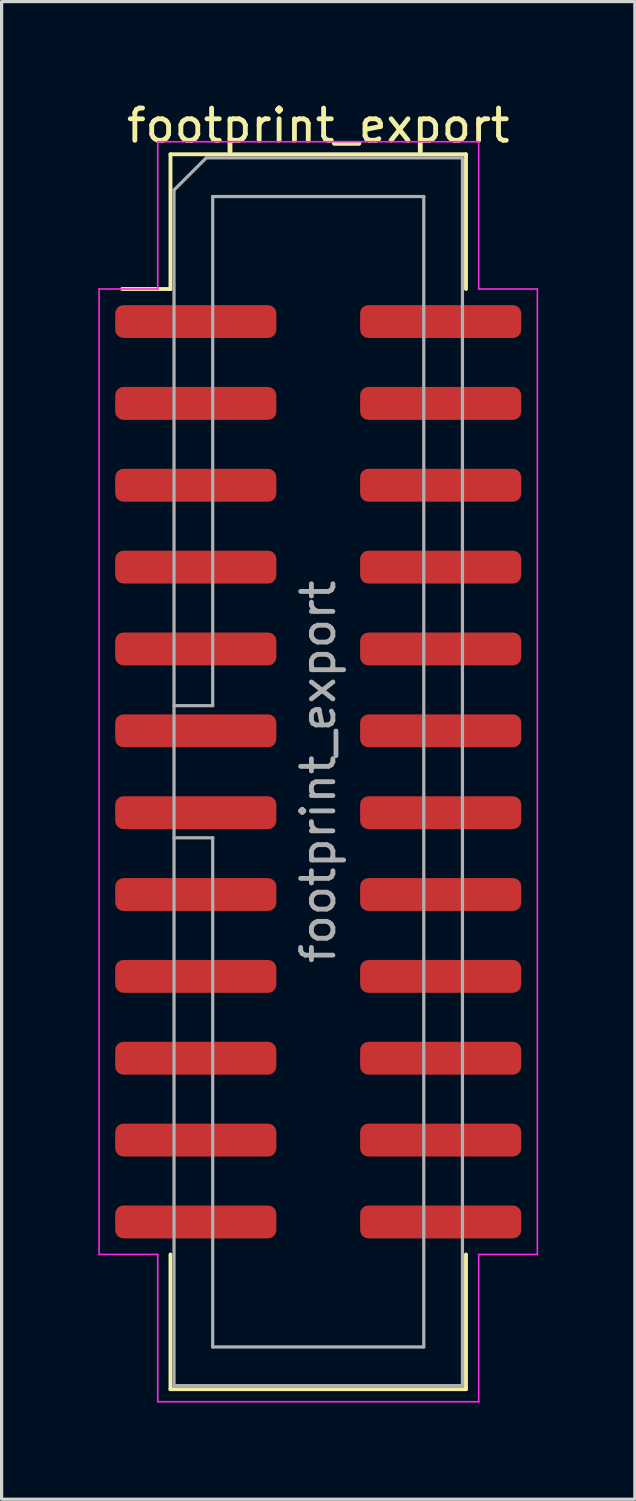
<source format=kicad_pcb>
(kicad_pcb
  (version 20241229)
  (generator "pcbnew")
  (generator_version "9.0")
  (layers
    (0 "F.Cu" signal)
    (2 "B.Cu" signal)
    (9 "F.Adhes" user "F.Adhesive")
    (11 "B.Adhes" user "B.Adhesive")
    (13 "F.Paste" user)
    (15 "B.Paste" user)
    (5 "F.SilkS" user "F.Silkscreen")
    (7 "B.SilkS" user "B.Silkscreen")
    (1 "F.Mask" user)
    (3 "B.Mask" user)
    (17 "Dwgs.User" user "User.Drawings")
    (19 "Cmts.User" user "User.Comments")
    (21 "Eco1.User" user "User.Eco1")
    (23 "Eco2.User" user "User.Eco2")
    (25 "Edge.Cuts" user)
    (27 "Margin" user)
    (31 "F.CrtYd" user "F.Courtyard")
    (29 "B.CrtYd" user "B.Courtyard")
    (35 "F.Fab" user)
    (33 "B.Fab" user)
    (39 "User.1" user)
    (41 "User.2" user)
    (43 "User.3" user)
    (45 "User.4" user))
  (footprint "footprint_export"
    (layer "F.Cu")
    (at 6.825 20.898)
    (property "Reference" "footprint_export" (at 0 -20.05 0) (layer "F.SilkS") (effects (font (size 1 1) (thickness 0.15))))
    (attr smd)
    (fp_line (start -4.585 -19.16) (end 4.585 -19.16) (stroke (width 0.12) (type solid)) (layer "F.SilkS"))
    (fp_line (start -4.585 -14.98) (end -6.085 -14.98) (stroke (width 0.12) (type solid)) (layer "F.SilkS"))
    (fp_line (start -4.585 -14.98) (end -4.585 -19.16) (stroke (width 0.12) (type solid)) (layer "F.SilkS"))
    (fp_line (start -4.585 14.98) (end -4.585 19.16) (stroke (width 0.12) (type solid)) (layer "F.SilkS"))
    (fp_line (start -4.585 19.16) (end 4.585 19.16) (stroke (width 0.12) (type solid)) (layer "F.SilkS"))
    (fp_line (start 4.585 -19.16) (end 4.585 -14.98) (stroke (width 0.12) (type solid)) (layer "F.SilkS"))
    (fp_line (start 4.585 19.16) (end 4.585 14.98) (stroke (width 0.12) (type solid)) (layer "F.SilkS"))
    (fp_line (start -6.8 -14.98) (end -6.8 14.98) (stroke (width 0.05) (type solid)) (layer "F.CrtYd"))
    (fp_line (start -6.8 14.98) (end -4.98 14.98) (stroke (width 0.05) (type solid)) (layer "F.CrtYd"))
    (fp_line (start -4.98 -19.55) (end -4.98 -14.98) (stroke (width 0.05) (type solid)) (layer "F.CrtYd"))
    (fp_line (start -4.98 -14.98) (end -6.8 -14.98) (stroke (width 0.05) (type solid)) (layer "F.CrtYd"))
    (fp_line (start -4.98 14.98) (end -4.98 19.55) (stroke (width 0.05) (type solid)) (layer "F.CrtYd"))
    (fp_line (start -4.98 19.55) (end 4.98 19.55) (stroke (width 0.05) (type solid)) (layer "F.CrtYd"))
    (fp_line (start 4.98 -19.55) (end -4.98 -19.55) (stroke (width 0.05) (type solid)) (layer "F.CrtYd"))
    (fp_line (start 4.98 -14.98) (end 4.98 -19.55) (stroke (width 0.05) (type solid)) (layer "F.CrtYd"))
    (fp_line (start 4.98 14.98) (end 6.8 14.98) (stroke (width 0.05) (type solid)) (layer "F.CrtYd"))
    (fp_line (start 4.98 19.55) (end 4.98 14.98) (stroke (width 0.05) (type solid)) (layer "F.CrtYd"))
    (fp_line (start 6.8 -14.98) (end 4.98 -14.98) (stroke (width 0.05) (type solid)) (layer "F.CrtYd"))
    (fp_line (start 6.8 14.98) (end 6.8 -14.98) (stroke (width 0.05) (type solid)) (layer "F.CrtYd"))
    (fp_line (start -4.475 -18.05) (end -3.475 -19.05) (stroke (width 0.1) (type solid)) (layer "F.Fab"))
    (fp_line (start -4.475 -2.05) (end -3.275 -2.05) (stroke (width 0.1) (type solid)) (layer "F.Fab"))
    (fp_line (start -4.475 19.05) (end -4.475 -18.05) (stroke (width 0.1) (type solid)) (layer "F.Fab"))
    (fp_line (start -3.475 -19.05) (end 4.475 -19.05) (stroke (width 0.1) (type solid)) (layer "F.Fab"))
    (fp_line (start -3.275 -17.85) (end 3.275 -17.85) (stroke (width 0.1) (type solid)) (layer "F.Fab"))
    (fp_line (start -3.275 -2.05) (end -3.275 -17.85) (stroke (width 0.1) (type solid)) (layer "F.Fab"))
    (fp_line (start -3.275 2.05) (end -4.475 2.05) (stroke (width 0.1) (type solid)) (layer "F.Fab"))
    (fp_line (start -3.275 2.05) (end -3.275 2.05) (stroke (width 0.1) (type solid)) (layer "F.Fab"))
    (fp_line (start -3.275 17.85) (end -3.275 2.05) (stroke (width 0.1) (type solid)) (layer "F.Fab"))
    (fp_line (start 3.275 -17.85) (end 3.275 17.85) (stroke (width 0.1) (type solid)) (layer "F.Fab"))
    (fp_line (start 3.275 17.85) (end -3.275 17.85) (stroke (width 0.1) (type solid)) (layer "F.Fab"))
    (fp_line (start 4.475 -19.05) (end 4.475 19.05) (stroke (width 0.1) (type solid)) (layer "F.Fab"))
    (fp_line (start 4.475 19.05) (end -4.475 19.05) (stroke (width 0.1) (type solid)) (layer "F.Fab"))
    (fp_text user "${REFERENCE}" (at 0 0 90) (layer "F.Fab") (effects (font (size 1 1) (thickness 0.15))))
    (pad "1" smd roundrect (at -3.8 -13.97) (size 5 1.02) (layers "F.Cu" "F.Mask" "F.Paste") (roundrect_rratio 0.25))
    (pad "2" smd roundrect (at 3.8 -13.97) (size 5 1.02) (layers "F.Cu" "F.Mask" "F.Paste") (roundrect_rratio 0.25))
    (pad "3" smd roundrect (at -3.8 -11.43) (size 5 1.02) (layers "F.Cu" "F.Mask" "F.Paste") (roundrect_rratio 0.25))
    (pad "4" smd roundrect (at 3.8 -11.43) (size 5 1.02) (layers "F.Cu" "F.Mask" "F.Paste") (roundrect_rratio 0.25))
    (pad "5" smd roundrect (at -3.8 -8.89) (size 5 1.02) (layers "F.Cu" "F.Mask" "F.Paste") (roundrect_rratio 0.25))
    (pad "6" smd roundrect (at 3.8 -8.89) (size 5 1.02) (layers "F.Cu" "F.Mask" "F.Paste") (roundrect_rratio 0.25))
    (pad "7" smd roundrect (at -3.8 -6.35) (size 5 1.02) (layers "F.Cu" "F.Mask" "F.Paste") (roundrect_rratio 0.25))
    (pad "8" smd roundrect (at 3.8 -6.35) (size 5 1.02) (layers "F.Cu" "F.Mask" "F.Paste") (roundrect_rratio 0.25))
    (pad "9" smd roundrect (at -3.8 -3.81) (size 5 1.02) (layers "F.Cu" "F.Mask" "F.Paste") (roundrect_rratio 0.25))
    (pad "10" smd roundrect (at 3.8 -3.81) (size 5 1.02) (layers "F.Cu" "F.Mask" "F.Paste") (roundrect_rratio 0.25))
    (pad "11" smd roundrect (at -3.8 -1.27) (size 5 1.02) (layers "F.Cu" "F.Mask" "F.Paste") (roundrect_rratio 0.25))
    (pad "12" smd roundrect (at 3.8 -1.27) (size 5 1.02) (layers "F.Cu" "F.Mask" "F.Paste") (roundrect_rratio 0.25))
    (pad "13" smd roundrect (at -3.8 1.27) (size 5 1.02) (layers "F.Cu" "F.Mask" "F.Paste") (roundrect_rratio 0.25))
    (pad "14" smd roundrect (at 3.8 1.27) (size 5 1.02) (layers "F.Cu" "F.Mask" "F.Paste") (roundrect_rratio 0.25))
    (pad "15" smd roundrect (at -3.8 3.81) (size 5 1.02) (layers "F.Cu" "F.Mask" "F.Paste") (roundrect_rratio 0.25))
    (pad "16" smd roundrect (at 3.8 3.81) (size 5 1.02) (layers "F.Cu" "F.Mask" "F.Paste") (roundrect_rratio 0.25))
    (pad "17" smd roundrect (at -3.8 6.35) (size 5 1.02) (layers "F.Cu" "F.Mask" "F.Paste") (roundrect_rratio 0.25))
    (pad "18" smd roundrect (at 3.8 6.35) (size 5 1.02) (layers "F.Cu" "F.Mask" "F.Paste") (roundrect_rratio 0.25))
    (pad "19" smd roundrect (at -3.8 8.89) (size 5 1.02) (layers "F.Cu" "F.Mask" "F.Paste") (roundrect_rratio 0.25))
    (pad "20" smd roundrect (at 3.8 8.89) (size 5 1.02) (layers "F.Cu" "F.Mask" "F.Paste") (roundrect_rratio 0.25))
    (pad "21" smd roundrect (at -3.8 11.43) (size 5 1.02) (layers "F.Cu" "F.Mask" "F.Paste") (roundrect_rratio 0.25))
    (pad "22" smd roundrect (at 3.8 11.43) (size 5 1.02) (layers "F.Cu" "F.Mask" "F.Paste") (roundrect_rratio 0.25))
    (pad "23" smd roundrect (at -3.8 13.97) (size 5 1.02) (layers "F.Cu" "F.Mask" "F.Paste") (roundrect_rratio 0.25))
    (pad "24" smd roundrect (at 3.8 13.97) (size 5 1.02) (layers "F.Cu" "F.Mask" "F.Paste") (roundrect_rratio 0.25)))
  (gr_rect
    (start -3 -3)
    (end 16.65 43.473)
    (stroke (width 0.1) (type default))
    (fill no)
    (layer "Edge.Cuts")))
</source>
